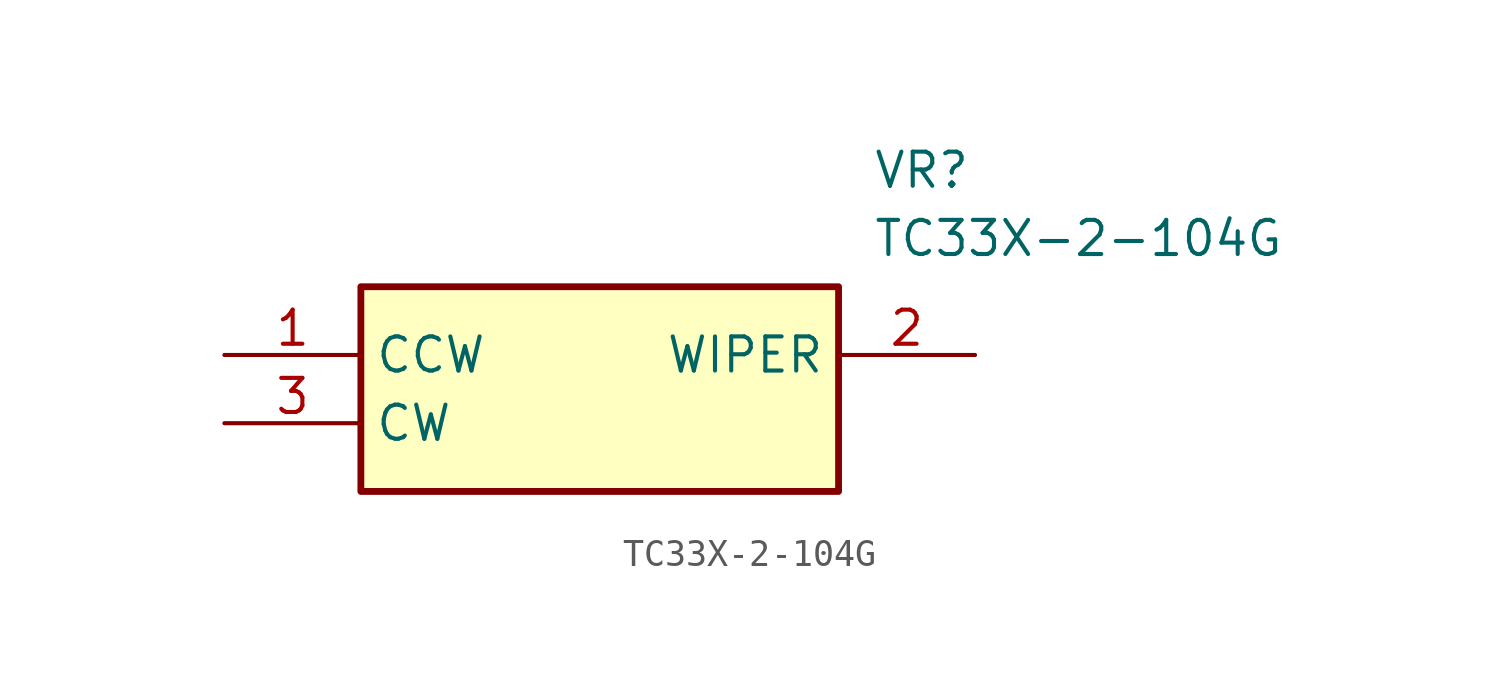
<source format=kicad_sym>
(kicad_symbol_lib
  (version 20211014)
  (generator SamacSys_ECAD_Model)
  (symbol "TC33X-2-104G"
    (property "Reference" "VR"
      (at 24.13 7.62 0)
      (effects (font (size 1.27 1.27)) (justify left top)))
    (property "Value" "TC33X-2-104G"
      (at 24.13 5.08 0)
      (effects (font (size 1.27 1.27)) (justify left top)))
    (rectangle
      (start 5.08 2.54)
      (end 22.86 -5.08)
      (stroke (width 0.254) (type default))
      (fill (type background)))
    (pin passive line
      (at 0 0 0)
      (length 5.08)
      (name "CCW" (effects (font (size 1.27 1.27))))
      (number "1" (effects (font (size 1.27 1.27)))))
    (pin passive line
      (at 27.94 0 180)
      (length 5.08)
      (name "WIPER" (effects (font (size 1.27 1.27))))
      (number "2" (effects (font (size 1.27 1.27)))))
    (pin passive line
      (at 0 -2.54 0)
      (length 5.08)
      (name "CW" (effects (font (size 1.27 1.27))))
      (number "3" (effects (font (size 1.27 1.27)))))))
</source>
